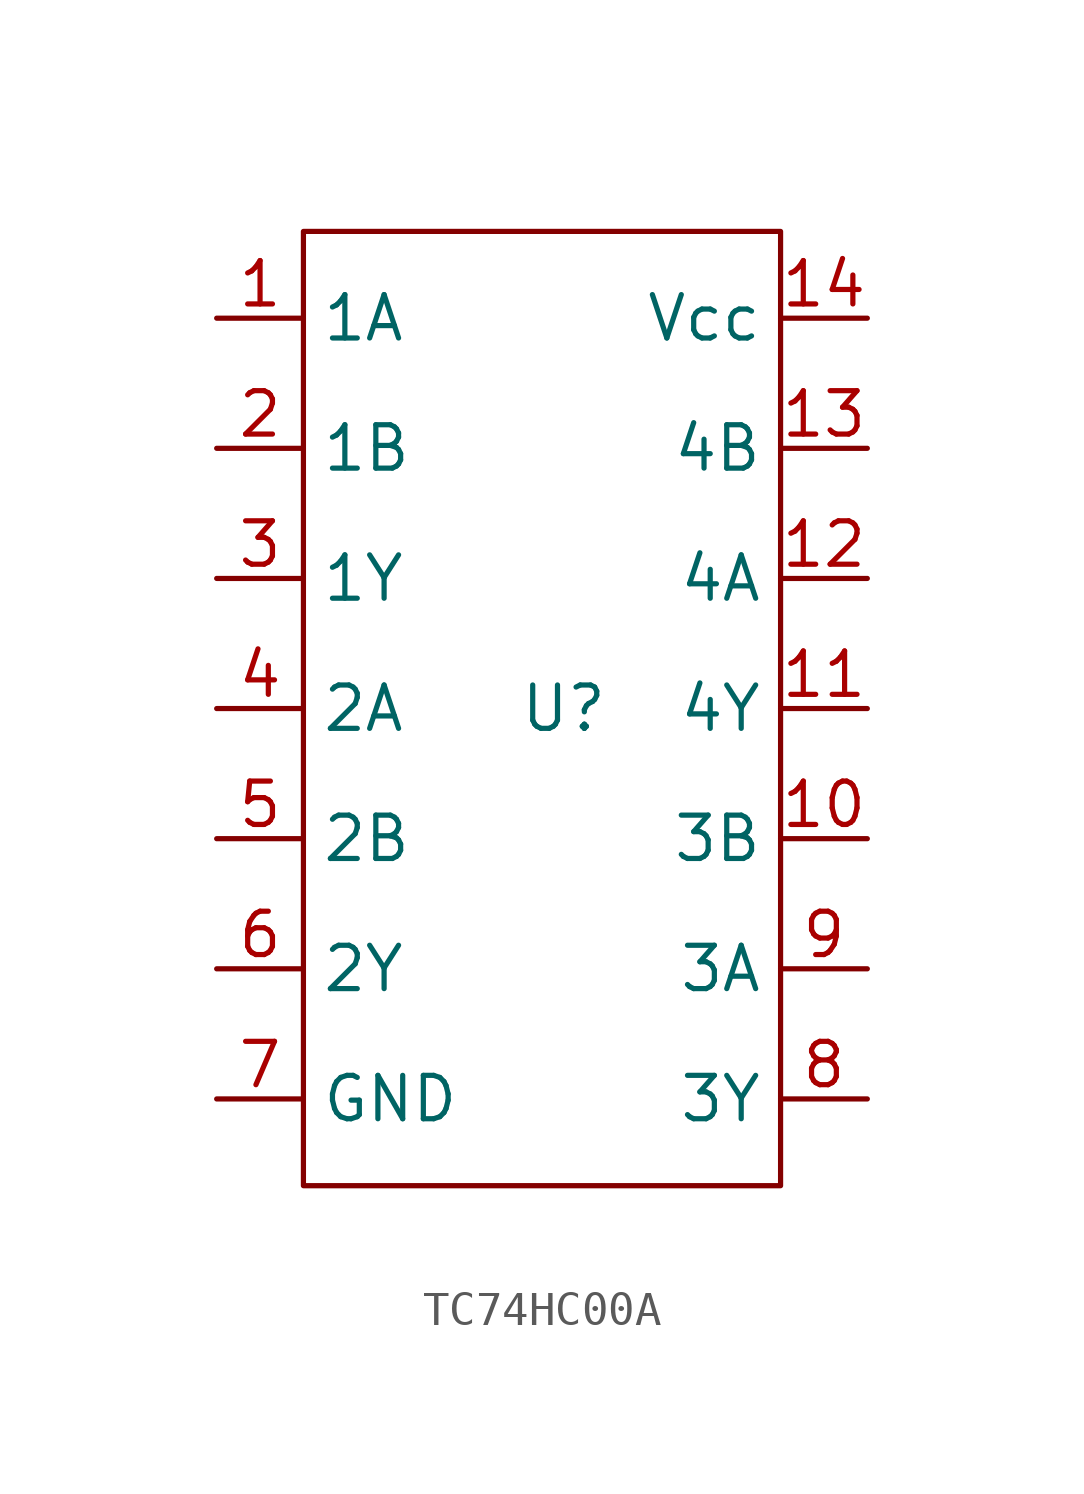
<source format=kicad_sym>
(kicad_symbol_lib
  (version 20241209)
  (generator "kicad_symbol_editor")
  (generator_version "9.0")
  (symbol "TC74HC00A"
    (property "Reference" "U"
      (at 0 0 0)
      (effects (font (size 1.27 1.27))))
    (property "Value" ""
      (at 0 0 0)
      (effects (font (size 1.27 1.27))))
    (symbol "TC74HC00A_0_1"
      (rectangle (start -7.62 13.97) (end 6.35 -13.97) (stroke (width 0) (type default)) (fill (type none))))
    (symbol "TC74HC00A_1_1"
      (pin input line (at -10.16 11.43 0) (length 2.54) (name "1A" (effects (font (size 1.27 1.27)))) (number "1" (effects (font (size 1.27 1.27)))))
      (pin input line (at -10.16 7.62 0) (length 2.54) (name "1B" (effects (font (size 1.27 1.27)))) (number "2" (effects (font (size 1.27 1.27)))))
      (pin output line (at -10.16 3.81 0) (length 2.54) (name "1Y" (effects (font (size 1.27 1.27)))) (number "3" (effects (font (size 1.27 1.27)))))
      (pin input line (at -10.16 0 0) (length 2.54) (name "2A" (effects (font (size 1.27 1.27)))) (number "4" (effects (font (size 1.27 1.27)))))
      (pin input line (at -10.16 -3.81 0) (length 2.54) (name "2B" (effects (font (size 1.27 1.27)))) (number "5" (effects (font (size 1.27 1.27)))))
      (pin output line (at -10.16 -7.62 0) (length 2.54) (name "2Y" (effects (font (size 1.27 1.27)))) (number "6" (effects (font (size 1.27 1.27)))))
      (pin power_in line (at -10.16 -11.43 0) (length 2.54) (name "GND" (effects (font (size 1.27 1.27)))) (number "7" (effects (font (size 1.27 1.27)))))
      (pin power_in line (at 8.89 11.43 180) (length 2.54) (name "Vcc" (effects (font (size 1.27 1.27)))) (number "14" (effects (font (size 1.27 1.27)))))
      (pin input line (at 8.89 7.62 180) (length 2.54) (name "4B" (effects (font (size 1.27 1.27)))) (number "13" (effects (font (size 1.27 1.27)))))
      (pin input line (at 8.89 3.81 180) (length 2.54) (name "4A" (effects (font (size 1.27 1.27)))) (number "12" (effects (font (size 1.27 1.27)))))
      (pin output line (at 8.89 0 180) (length 2.54) (name "4Y" (effects (font (size 1.27 1.27)))) (number "11" (effects (font (size 1.27 1.27)))))
      (pin input line (at 8.89 -3.81 180) (length 2.54) (name "3B" (effects (font (size 1.27 1.27)))) (number "10" (effects (font (size 1.27 1.27)))))
      (pin input line (at 8.89 -7.62 180) (length 2.54) (name "3A" (effects (font (size 1.27 1.27)))) (number "9" (effects (font (size 1.27 1.27)))))
      (pin output line (at 8.89 -11.43 180) (length 2.54) (name "3Y" (effects (font (size 1.27 1.27)))) (number "8" (effects (font (size 1.27 1.27))))))))
</source>
